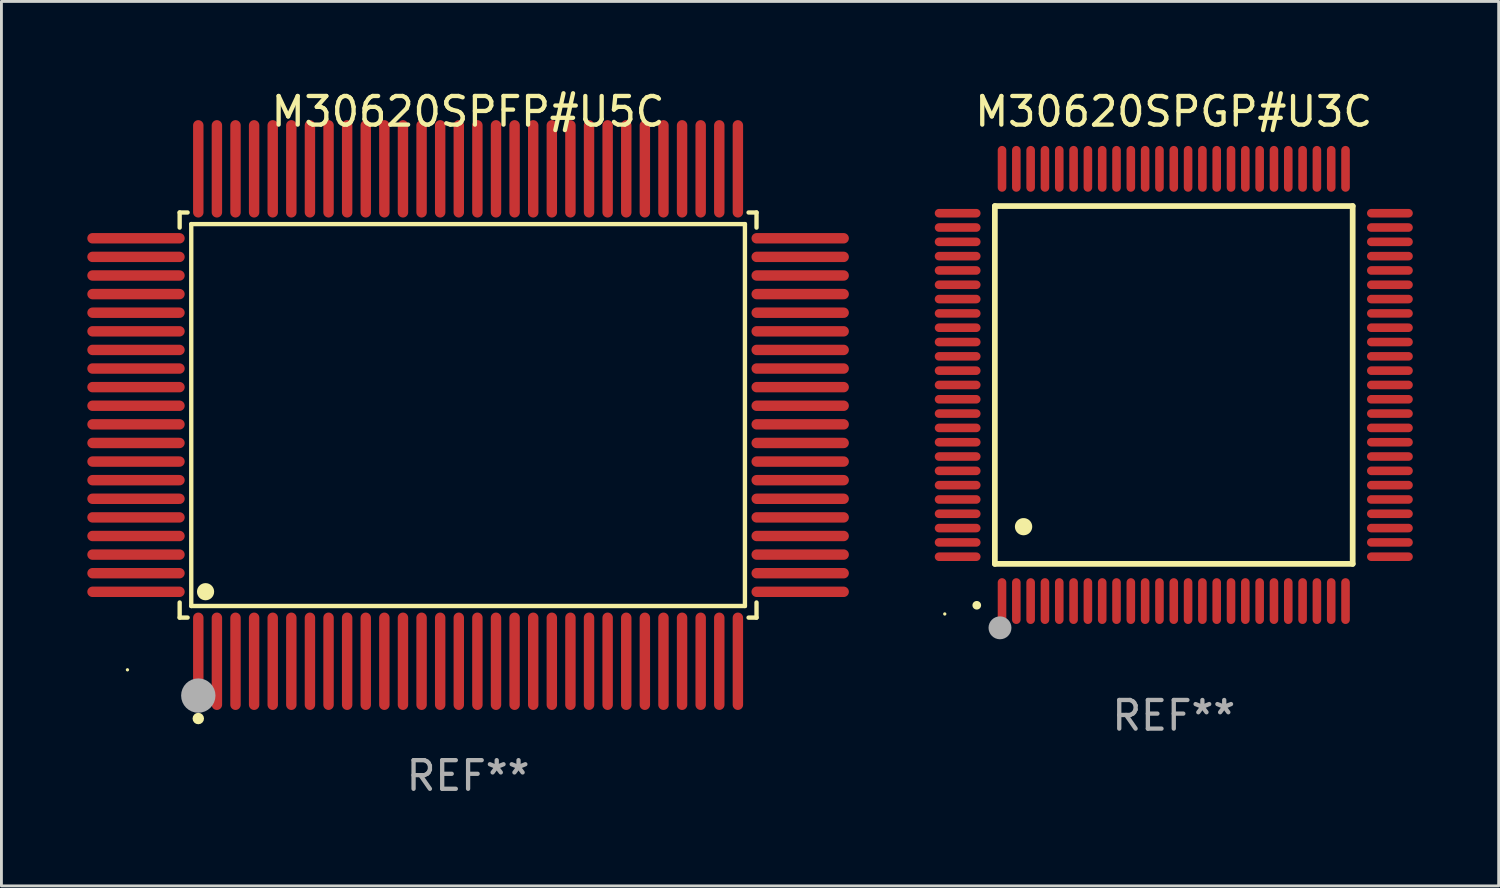
<source format=kicad_pcb>
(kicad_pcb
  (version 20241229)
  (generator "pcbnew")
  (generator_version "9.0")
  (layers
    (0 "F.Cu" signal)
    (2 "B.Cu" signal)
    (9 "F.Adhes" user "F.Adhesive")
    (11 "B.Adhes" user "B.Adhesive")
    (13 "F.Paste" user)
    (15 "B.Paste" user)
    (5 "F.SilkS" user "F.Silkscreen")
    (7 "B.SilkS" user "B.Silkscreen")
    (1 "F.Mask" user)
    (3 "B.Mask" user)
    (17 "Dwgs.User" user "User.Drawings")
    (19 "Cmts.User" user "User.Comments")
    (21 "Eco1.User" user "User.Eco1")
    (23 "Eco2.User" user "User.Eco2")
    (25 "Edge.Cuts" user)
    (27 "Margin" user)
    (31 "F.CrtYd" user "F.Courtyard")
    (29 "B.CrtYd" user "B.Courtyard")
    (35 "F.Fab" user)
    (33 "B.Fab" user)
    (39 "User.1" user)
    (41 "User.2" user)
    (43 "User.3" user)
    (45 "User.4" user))
  (footprint "M30620SPGP#U3C"
    (layer "F.Cu")
    (at 37.954 10.398)
    (property "Reference" "M30620SPGP#U3C" (at 0 -9.55 0) (layer "F.SilkS") (effects (font (size 1 1) (thickness 0.15))))
    (attr through_hole)
    (fp_line (start -6.25 -6.25) (end -6.25 6.25) (stroke (width 0.2) (type solid)) (layer "F.SilkS"))
    (fp_line (start -6.25 6.25) (end 6.25 6.25) (stroke (width 0.2) (type solid)) (layer "F.SilkS"))
    (fp_line (start 6.25 -6.25) (end -6.25 -6.25) (stroke (width 0.2) (type solid)) (layer "F.SilkS"))
    (fp_line (start 6.25 6.25) (end 6.25 -6.25) (stroke (width 0.2) (type solid)) (layer "F.SilkS"))
    (fp_arc (start -6.883414 7.696215) (mid -6.882144 7.69621) (end -6.880874 7.696215) (stroke (width 0.3) (type solid)) (layer "F.SilkS"))
    (fp_arc (start -5.250191 4.95047) (mid -5.247651 4.950459) (end -5.245111 4.95047) (stroke (width 0.6) (type solid)) (layer "F.SilkS"))
    (fp_circle (center -8 8) (end -7.97 8) (stroke (width 0.06) (type solid)) (fill no) (layer "F.SilkS"))
    (fp_circle (center -6.071 8.484) (end -5.871 8.484) (stroke (width 0.4) (type solid)) (fill no) (layer "F.Fab"))
    (fp_text user "REF**" (at 0 11.55 0) (layer "F.Fab") (effects (font (size 1 1) (thickness 0.15))))
    (pad "1" smd oval (at -6 7.55) (size 0.3 1.6) (layers "F.Cu" "F.Mask" "F.Paste"))
    (pad "2" smd oval (at -5.5 7.55) (size 0.3 1.6) (layers "F.Cu" "F.Mask" "F.Paste"))
    (pad "3" smd oval (at -5 7.55) (size 0.3 1.6) (layers "F.Cu" "F.Mask" "F.Paste"))
    (pad "4" smd oval (at -4.5 7.55) (size 0.3 1.6) (layers "F.Cu" "F.Mask" "F.Paste"))
    (pad "5" smd oval (at -4 7.55) (size 0.3 1.6) (layers "F.Cu" "F.Mask" "F.Paste"))
    (pad "6" smd oval (at -3.5 7.55) (size 0.3 1.6) (layers "F.Cu" "F.Mask" "F.Paste"))
    (pad "7" smd oval (at -3 7.55) (size 0.3 1.6) (layers "F.Cu" "F.Mask" "F.Paste"))
    (pad "8" smd oval (at -2.5 7.55) (size 0.3 1.6) (layers "F.Cu" "F.Mask" "F.Paste"))
    (pad "9" smd oval (at -2 7.55) (size 0.3 1.6) (layers "F.Cu" "F.Mask" "F.Paste"))
    (pad "10" smd oval (at -1.5 7.55) (size 0.3 1.6) (layers "F.Cu" "F.Mask" "F.Paste"))
    (pad "11" smd oval (at -1 7.55) (size 0.3 1.6) (layers "F.Cu" "F.Mask" "F.Paste"))
    (pad "12" smd oval (at -0.5 7.55) (size 0.3 1.6) (layers "F.Cu" "F.Mask" "F.Paste"))
    (pad "13" smd oval (at 0 7.55) (size 0.3 1.6) (layers "F.Cu" "F.Mask" "F.Paste"))
    (pad "14" smd oval (at 0.5 7.55) (size 0.3 1.6) (layers "F.Cu" "F.Mask" "F.Paste"))
    (pad "15" smd oval (at 1 7.55) (size 0.3 1.6) (layers "F.Cu" "F.Mask" "F.Paste"))
    (pad "16" smd oval (at 1.5 7.55) (size 0.3 1.6) (layers "F.Cu" "F.Mask" "F.Paste"))
    (pad "17" smd oval (at 2 7.55) (size 0.3 1.6) (layers "F.Cu" "F.Mask" "F.Paste"))
    (pad "18" smd oval (at 2.5 7.55) (size 0.3 1.6) (layers "F.Cu" "F.Mask" "F.Paste"))
    (pad "19" smd oval (at 3 7.55) (size 0.3 1.6) (layers "F.Cu" "F.Mask" "F.Paste"))
    (pad "20" smd oval (at 3.5 7.55) (size 0.3 1.6) (layers "F.Cu" "F.Mask" "F.Paste"))
    (pad "21" smd oval (at 4 7.55) (size 0.3 1.6) (layers "F.Cu" "F.Mask" "F.Paste"))
    (pad "22" smd oval (at 4.5 7.55) (size 0.3 1.6) (layers "F.Cu" "F.Mask" "F.Paste"))
    (pad "23" smd oval (at 5 7.55) (size 0.3 1.6) (layers "F.Cu" "F.Mask" "F.Paste"))
    (pad "24" smd oval (at 5.5 7.55) (size 0.3 1.6) (layers "F.Cu" "F.Mask" "F.Paste"))
    (pad "25" smd oval (at 6 7.55) (size 0.3 1.6) (layers "F.Cu" "F.Mask" "F.Paste"))
    (pad "26" smd oval (at 7.55 6) (size 1.6 0.3) (layers "F.Cu" "F.Mask" "F.Paste"))
    (pad "27" smd oval (at 7.55 5.5) (size 1.6 0.3) (layers "F.Cu" "F.Mask" "F.Paste"))
    (pad "28" smd oval (at 7.55 5) (size 1.6 0.3) (layers "F.Cu" "F.Mask" "F.Paste"))
    (pad "29" smd oval (at 7.55 4.5) (size 1.6 0.3) (layers "F.Cu" "F.Mask" "F.Paste"))
    (pad "30" smd oval (at 7.55 4) (size 1.6 0.3) (layers "F.Cu" "F.Mask" "F.Paste"))
    (pad "31" smd oval (at 7.55 3.5) (size 1.6 0.3) (layers "F.Cu" "F.Mask" "F.Paste"))
    (pad "32" smd oval (at 7.55 3) (size 1.6 0.3) (layers "F.Cu" "F.Mask" "F.Paste"))
    (pad "33" smd oval (at 7.55 2.5) (size 1.6 0.3) (layers "F.Cu" "F.Mask" "F.Paste"))
    (pad "34" smd oval (at 7.55 2) (size 1.6 0.3) (layers "F.Cu" "F.Mask" "F.Paste"))
    (pad "35" smd oval (at 7.55 1.5) (size 1.6 0.3) (layers "F.Cu" "F.Mask" "F.Paste"))
    (pad "36" smd oval (at 7.55 1) (size 1.6 0.3) (layers "F.Cu" "F.Mask" "F.Paste"))
    (pad "37" smd oval (at 7.55 0.5) (size 1.6 0.3) (layers "F.Cu" "F.Mask" "F.Paste"))
    (pad "38" smd oval (at 7.55 0) (size 1.6 0.3) (layers "F.Cu" "F.Mask" "F.Paste"))
    (pad "39" smd oval (at 7.55 -0.5) (size 1.6 0.3) (layers "F.Cu" "F.Mask" "F.Paste"))
    (pad "40" smd oval (at 7.55 -1) (size 1.6 0.3) (layers "F.Cu" "F.Mask" "F.Paste"))
    (pad "41" smd oval (at 7.55 -1.5) (size 1.6 0.3) (layers "F.Cu" "F.Mask" "F.Paste"))
    (pad "42" smd oval (at 7.55 -2) (size 1.6 0.3) (layers "F.Cu" "F.Mask" "F.Paste"))
    (pad "43" smd oval (at 7.55 -2.5) (size 1.6 0.3) (layers "F.Cu" "F.Mask" "F.Paste"))
    (pad "44" smd oval (at 7.55 -3) (size 1.6 0.3) (layers "F.Cu" "F.Mask" "F.Paste"))
    (pad "45" smd oval (at 7.55 -3.5) (size 1.6 0.3) (layers "F.Cu" "F.Mask" "F.Paste"))
    (pad "46" smd oval (at 7.55 -4) (size 1.6 0.3) (layers "F.Cu" "F.Mask" "F.Paste"))
    (pad "47" smd oval (at 7.55 -4.5) (size 1.6 0.3) (layers "F.Cu" "F.Mask" "F.Paste"))
    (pad "48" smd oval (at 7.55 -5) (size 1.6 0.3) (layers "F.Cu" "F.Mask" "F.Paste"))
    (pad "49" smd oval (at 7.55 -5.5) (size 1.6 0.3) (layers "F.Cu" "F.Mask" "F.Paste"))
    (pad "50" smd oval (at 7.55 -6) (size 1.6 0.3) (layers "F.Cu" "F.Mask" "F.Paste"))
    (pad "51" smd oval (at 6 -7.55) (size 0.3 1.6) (layers "F.Cu" "F.Mask" "F.Paste"))
    (pad "52" smd oval (at 5.5 -7.55) (size 0.3 1.6) (layers "F.Cu" "F.Mask" "F.Paste"))
    (pad "53" smd oval (at 5 -7.55) (size 0.3 1.6) (layers "F.Cu" "F.Mask" "F.Paste"))
    (pad "54" smd oval (at 4.5 -7.55) (size 0.3 1.6) (layers "F.Cu" "F.Mask" "F.Paste"))
    (pad "55" smd oval (at 4 -7.55) (size 0.3 1.6) (layers "F.Cu" "F.Mask" "F.Paste"))
    (pad "56" smd oval (at 3.5 -7.55) (size 0.3 1.6) (layers "F.Cu" "F.Mask" "F.Paste"))
    (pad "57" smd oval (at 3 -7.55) (size 0.3 1.6) (layers "F.Cu" "F.Mask" "F.Paste"))
    (pad "58" smd oval (at 2.5 -7.55) (size 0.3 1.6) (layers "F.Cu" "F.Mask" "F.Paste"))
    (pad "59" smd oval (at 2 -7.55) (size 0.3 1.6) (layers "F.Cu" "F.Mask" "F.Paste"))
    (pad "60" smd oval (at 1.5 -7.55) (size 0.3 1.6) (layers "F.Cu" "F.Mask" "F.Paste"))
    (pad "61" smd oval (at 1 -7.55) (size 0.3 1.6) (layers "F.Cu" "F.Mask" "F.Paste"))
    (pad "62" smd oval (at 0.5 -7.55) (size 0.3 1.6) (layers "F.Cu" "F.Mask" "F.Paste"))
    (pad "63" smd oval (at 0 -7.55) (size 0.3 1.6) (layers "F.Cu" "F.Mask" "F.Paste"))
    (pad "64" smd oval (at -0.5 -7.55) (size 0.3 1.6) (layers "F.Cu" "F.Mask" "F.Paste"))
    (pad "65" smd oval (at -1 -7.55) (size 0.3 1.6) (layers "F.Cu" "F.Mask" "F.Paste"))
    (pad "66" smd oval (at -1.5 -7.55) (size 0.3 1.6) (layers "F.Cu" "F.Mask" "F.Paste"))
    (pad "67" smd oval (at -2 -7.55) (size 0.3 1.6) (layers "F.Cu" "F.Mask" "F.Paste"))
    (pad "68" smd oval (at -2.5 -7.55) (size 0.3 1.6) (layers "F.Cu" "F.Mask" "F.Paste"))
    (pad "69" smd oval (at -3 -7.55) (size 0.3 1.6) (layers "F.Cu" "F.Mask" "F.Paste"))
    (pad "70" smd oval (at -3.5 -7.55) (size 0.3 1.6) (layers "F.Cu" "F.Mask" "F.Paste"))
    (pad "71" smd oval (at -4 -7.55) (size 0.3 1.6) (layers "F.Cu" "F.Mask" "F.Paste"))
    (pad "72" smd oval (at -4.5 -7.55) (size 0.3 1.6) (layers "F.Cu" "F.Mask" "F.Paste"))
    (pad "73" smd oval (at -5 -7.55) (size 0.3 1.6) (layers "F.Cu" "F.Mask" "F.Paste"))
    (pad "74" smd oval (at -5.5 -7.55) (size 0.3 1.6) (layers "F.Cu" "F.Mask" "F.Paste"))
    (pad "75" smd oval (at -6 -7.55) (size 0.3 1.6) (layers "F.Cu" "F.Mask" "F.Paste"))
    (pad "76" smd oval (at -7.55 -6) (size 1.6 0.3) (layers "F.Cu" "F.Mask" "F.Paste"))
    (pad "77" smd oval (at -7.55 -5.5) (size 1.6 0.3) (layers "F.Cu" "F.Mask" "F.Paste"))
    (pad "78" smd oval (at -7.55 -5) (size 1.6 0.3) (layers "F.Cu" "F.Mask" "F.Paste"))
    (pad "79" smd oval (at -7.55 -4.5) (size 1.6 0.3) (layers "F.Cu" "F.Mask" "F.Paste"))
    (pad "80" smd oval (at -7.55 -4) (size 1.6 0.3) (layers "F.Cu" "F.Mask" "F.Paste"))
    (pad "81" smd oval (at -7.55 -3.5) (size 1.6 0.3) (layers "F.Cu" "F.Mask" "F.Paste"))
    (pad "82" smd oval (at -7.55 -3) (size 1.6 0.3) (layers "F.Cu" "F.Mask" "F.Paste"))
    (pad "83" smd oval (at -7.55 -2.5) (size 1.6 0.3) (layers "F.Cu" "F.Mask" "F.Paste"))
    (pad "84" smd oval (at -7.55 -2) (size 1.6 0.3) (layers "F.Cu" "F.Mask" "F.Paste"))
    (pad "85" smd oval (at -7.55 -1.5) (size 1.6 0.3) (layers "F.Cu" "F.Mask" "F.Paste"))
    (pad "86" smd oval (at -7.55 -1) (size 1.6 0.3) (layers "F.Cu" "F.Mask" "F.Paste"))
    (pad "87" smd oval (at -7.55 -0.5) (size 1.6 0.3) (layers "F.Cu" "F.Mask" "F.Paste"))
    (pad "88" smd oval (at -7.55 0) (size 1.6 0.3) (layers "F.Cu" "F.Mask" "F.Paste"))
    (pad "89" smd oval (at -7.55 0.5) (size 1.6 0.3) (layers "F.Cu" "F.Mask" "F.Paste"))
    (pad "90" smd oval (at -7.55 1) (size 1.6 0.3) (layers "F.Cu" "F.Mask" "F.Paste"))
    (pad "91" smd oval (at -7.55 1.5) (size 1.6 0.3) (layers "F.Cu" "F.Mask" "F.Paste"))
    (pad "92" smd oval (at -7.55 2) (size 1.6 0.3) (layers "F.Cu" "F.Mask" "F.Paste"))
    (pad "93" smd oval (at -7.55 2.5) (size 1.6 0.3) (layers "F.Cu" "F.Mask" "F.Paste"))
    (pad "94" smd oval (at -7.55 3) (size 1.6 0.3) (layers "F.Cu" "F.Mask" "F.Paste"))
    (pad "95" smd oval (at -7.55 3.5) (size 1.6 0.3) (layers "F.Cu" "F.Mask" "F.Paste"))
    (pad "96" smd oval (at -7.55 4) (size 1.6 0.3) (layers "F.Cu" "F.Mask" "F.Paste"))
    (pad "97" smd oval (at -7.55 4.5) (size 1.6 0.3) (layers "F.Cu" "F.Mask" "F.Paste"))
    (pad "98" smd oval (at -7.55 5) (size 1.6 0.3) (layers "F.Cu" "F.Mask" "F.Paste"))
    (pad "99" smd oval (at -7.55 5.5) (size 1.6 0.3) (layers "F.Cu" "F.Mask" "F.Paste"))
    (pad "100" smd oval (at -7.55 6) (size 1.6 0.3) (layers "F.Cu" "F.Mask" "F.Paste")))
  (footprint "M30620SPFP#U5C"
    (layer "F.Cu")
    (at 13.302 11.449)
    (property "Reference" "M30620SPFP#U5C" (at 0 -10.601 0) (layer "F.SilkS") (effects (font (size 1 1) (thickness 0.15))))
    (attr through_hole)
    (fp_line (start -10.076 -7.076) (end -9.798 -7.076) (stroke (width 0.152) (type solid)) (layer "F.SilkS"))
    (fp_line (start -10.076 -6.548) (end -10.076 -7.076) (stroke (width 0.152) (type solid)) (layer "F.SilkS"))
    (fp_line (start -10.076 6.548) (end -10.076 7.076) (stroke (width 0.152) (type solid)) (layer "F.SilkS"))
    (fp_line (start -10.076 7.076) (end -9.798 7.076) (stroke (width 0.152) (type solid)) (layer "F.SilkS"))
    (fp_line (start -9.671 -6.671) (end 9.671 -6.671) (stroke (width 0.152) (type solid)) (layer "F.SilkS"))
    (fp_line (start -9.671 6.671) (end -9.671 -6.671) (stroke (width 0.152) (type solid)) (layer "F.SilkS"))
    (fp_line (start 9.671 -6.671) (end 9.671 6.671) (stroke (width 0.152) (type solid)) (layer "F.SilkS"))
    (fp_line (start 9.671 6.671) (end -9.671 6.671) (stroke (width 0.152) (type solid)) (layer "F.SilkS"))
    (fp_line (start 10.076 -7.076) (end 9.798 -7.076) (stroke (width 0.152) (type solid)) (layer "F.SilkS"))
    (fp_line (start 10.076 -6.548) (end 10.076 -7.076) (stroke (width 0.152) (type solid)) (layer "F.SilkS"))
    (fp_line (start 10.076 6.548) (end 10.076 7.076) (stroke (width 0.152) (type solid)) (layer "F.SilkS"))
    (fp_line (start 10.076 7.076) (end 9.798 7.076) (stroke (width 0.152) (type solid)) (layer "F.SilkS"))
    (fp_circle (center -11.9 8.9) (end -11.87 8.9) (stroke (width 0.06) (type solid)) (fill no) (layer "F.SilkS"))
    (fp_circle (center -9.425 10.602) (end -9.325 10.602) (stroke (width 0.2) (type solid)) (fill no) (layer "F.SilkS"))
    (fp_circle (center -9.171 6.171) (end -9.021 6.171) (stroke (width 0.3) (type solid)) (fill no) (layer "F.SilkS"))
    (fp_circle (center -9.425 9.8) (end -9.125 9.8) (stroke (width 0.6) (type solid)) (fill no) (layer "F.Fab"))
    (fp_text user "REF**" (at 0 12.601 0) (layer "F.Fab") (effects (font (size 1 1) (thickness 0.15))))
    (pad "1" smd oval (at -9.425 8.601) (size 0.364 3.402) (layers "F.Cu" "F.Mask" "F.Paste"))
    (pad "2" smd oval (at -8.775 8.601) (size 0.364 3.402) (layers "F.Cu" "F.Mask" "F.Paste"))
    (pad "3" smd oval (at -8.125 8.601) (size 0.364 3.402) (layers "F.Cu" "F.Mask" "F.Paste"))
    (pad "4" smd oval (at -7.475 8.601) (size 0.364 3.402) (layers "F.Cu" "F.Mask" "F.Paste"))
    (pad "5" smd oval (at -6.825 8.601) (size 0.364 3.402) (layers "F.Cu" "F.Mask" "F.Paste"))
    (pad "6" smd oval (at -6.175 8.601) (size 0.364 3.402) (layers "F.Cu" "F.Mask" "F.Paste"))
    (pad "7" smd oval (at -5.525 8.601) (size 0.364 3.402) (layers "F.Cu" "F.Mask" "F.Paste"))
    (pad "8" smd oval (at -4.875 8.601) (size 0.364 3.402) (layers "F.Cu" "F.Mask" "F.Paste"))
    (pad "9" smd oval (at -4.225 8.601) (size 0.364 3.402) (layers "F.Cu" "F.Mask" "F.Paste"))
    (pad "10" smd oval (at -3.575 8.601) (size 0.364 3.402) (layers "F.Cu" "F.Mask" "F.Paste"))
    (pad "11" smd oval (at -2.925 8.601) (size 0.364 3.402) (layers "F.Cu" "F.Mask" "F.Paste"))
    (pad "12" smd oval (at -2.275 8.601) (size 0.364 3.402) (layers "F.Cu" "F.Mask" "F.Paste"))
    (pad "13" smd oval (at -1.625 8.601) (size 0.364 3.402) (layers "F.Cu" "F.Mask" "F.Paste"))
    (pad "14" smd oval (at -0.975 8.601) (size 0.364 3.402) (layers "F.Cu" "F.Mask" "F.Paste"))
    (pad "15" smd oval (at -0.325 8.601) (size 0.364 3.402) (layers "F.Cu" "F.Mask" "F.Paste"))
    (pad "16" smd oval (at 0.325 8.601) (size 0.364 3.402) (layers "F.Cu" "F.Mask" "F.Paste"))
    (pad "17" smd oval (at 0.975 8.601) (size 0.364 3.402) (layers "F.Cu" "F.Mask" "F.Paste"))
    (pad "18" smd oval (at 1.625 8.601) (size 0.364 3.402) (layers "F.Cu" "F.Mask" "F.Paste"))
    (pad "19" smd oval (at 2.275 8.601) (size 0.364 3.402) (layers "F.Cu" "F.Mask" "F.Paste"))
    (pad "20" smd oval (at 2.925 8.601) (size 0.364 3.402) (layers "F.Cu" "F.Mask" "F.Paste"))
    (pad "21" smd oval (at 3.575 8.601) (size 0.364 3.402) (layers "F.Cu" "F.Mask" "F.Paste"))
    (pad "22" smd oval (at 4.225 8.601) (size 0.364 3.402) (layers "F.Cu" "F.Mask" "F.Paste"))
    (pad "23" smd oval (at 4.875 8.601) (size 0.364 3.402) (layers "F.Cu" "F.Mask" "F.Paste"))
    (pad "24" smd oval (at 5.525 8.601) (size 0.364 3.402) (layers "F.Cu" "F.Mask" "F.Paste"))
    (pad "25" smd oval (at 6.175 8.601) (size 0.364 3.402) (layers "F.Cu" "F.Mask" "F.Paste"))
    (pad "26" smd oval (at 6.825 8.601) (size 0.364 3.402) (layers "F.Cu" "F.Mask" "F.Paste"))
    (pad "27" smd oval (at 7.475 8.601) (size 0.364 3.402) (layers "F.Cu" "F.Mask" "F.Paste"))
    (pad "28" smd oval (at 8.125 8.601) (size 0.364 3.402) (layers "F.Cu" "F.Mask" "F.Paste"))
    (pad "29" smd oval (at 8.775 8.601) (size 0.364 3.402) (layers "F.Cu" "F.Mask" "F.Paste"))
    (pad "30" smd oval (at 9.425 8.601) (size 0.364 3.402) (layers "F.Cu" "F.Mask" "F.Paste"))
    (pad "31" smd oval (at 11.601 6.175) (size 3.402 0.364) (layers "F.Cu" "F.Mask" "F.Paste"))
    (pad "32" smd oval (at 11.601 5.525) (size 3.402 0.364) (layers "F.Cu" "F.Mask" "F.Paste"))
    (pad "33" smd oval (at 11.601 4.875) (size 3.402 0.364) (layers "F.Cu" "F.Mask" "F.Paste"))
    (pad "34" smd oval (at 11.601 4.225) (size 3.402 0.364) (layers "F.Cu" "F.Mask" "F.Paste"))
    (pad "35" smd oval (at 11.601 3.575) (size 3.402 0.364) (layers "F.Cu" "F.Mask" "F.Paste"))
    (pad "36" smd oval (at 11.601 2.925) (size 3.402 0.364) (layers "F.Cu" "F.Mask" "F.Paste"))
    (pad "37" smd oval (at 11.601 2.275) (size 3.402 0.364) (layers "F.Cu" "F.Mask" "F.Paste"))
    (pad "38" smd oval (at 11.601 1.625) (size 3.402 0.364) (layers "F.Cu" "F.Mask" "F.Paste"))
    (pad "39" smd oval (at 11.601 0.975) (size 3.402 0.364) (layers "F.Cu" "F.Mask" "F.Paste"))
    (pad "40" smd oval (at 11.601 0.325) (size 3.402 0.364) (layers "F.Cu" "F.Mask" "F.Paste"))
    (pad "41" smd oval (at 11.601 -0.325) (size 3.402 0.364) (layers "F.Cu" "F.Mask" "F.Paste"))
    (pad "42" smd oval (at 11.601 -0.975) (size 3.402 0.364) (layers "F.Cu" "F.Mask" "F.Paste"))
    (pad "43" smd oval (at 11.601 -1.625) (size 3.402 0.364) (layers "F.Cu" "F.Mask" "F.Paste"))
    (pad "44" smd oval (at 11.601 -2.275) (size 3.402 0.364) (layers "F.Cu" "F.Mask" "F.Paste"))
    (pad "45" smd oval (at 11.601 -2.925) (size 3.402 0.364) (layers "F.Cu" "F.Mask" "F.Paste"))
    (pad "46" smd oval (at 11.601 -3.575) (size 3.402 0.364) (layers "F.Cu" "F.Mask" "F.Paste"))
    (pad "47" smd oval (at 11.601 -4.225) (size 3.402 0.364) (layers "F.Cu" "F.Mask" "F.Paste"))
    (pad "48" smd oval (at 11.601 -4.875) (size 3.402 0.364) (layers "F.Cu" "F.Mask" "F.Paste"))
    (pad "49" smd oval (at 11.601 -5.525) (size 3.402 0.364) (layers "F.Cu" "F.Mask" "F.Paste"))
    (pad "50" smd oval (at 11.601 -6.175) (size 3.402 0.364) (layers "F.Cu" "F.Mask" "F.Paste"))
    (pad "51" smd oval (at 9.425 -8.601) (size 0.364 3.402) (layers "F.Cu" "F.Mask" "F.Paste"))
    (pad "52" smd oval (at 8.775 -8.601) (size 0.364 3.402) (layers "F.Cu" "F.Mask" "F.Paste"))
    (pad "53" smd oval (at 8.125 -8.601) (size 0.364 3.402) (layers "F.Cu" "F.Mask" "F.Paste"))
    (pad "54" smd oval (at 7.475 -8.601) (size 0.364 3.402) (layers "F.Cu" "F.Mask" "F.Paste"))
    (pad "55" smd oval (at 6.825 -8.601) (size 0.364 3.402) (layers "F.Cu" "F.Mask" "F.Paste"))
    (pad "56" smd oval (at 6.175 -8.601) (size 0.364 3.402) (layers "F.Cu" "F.Mask" "F.Paste"))
    (pad "57" smd oval (at 5.525 -8.601) (size 0.364 3.402) (layers "F.Cu" "F.Mask" "F.Paste"))
    (pad "58" smd oval (at 4.875 -8.601) (size 0.364 3.402) (layers "F.Cu" "F.Mask" "F.Paste"))
    (pad "59" smd oval (at 4.225 -8.601) (size 0.364 3.402) (layers "F.Cu" "F.Mask" "F.Paste"))
    (pad "60" smd oval (at 3.575 -8.601) (size 0.364 3.402) (layers "F.Cu" "F.Mask" "F.Paste"))
    (pad "61" smd oval (at 2.925 -8.601) (size 0.364 3.402) (layers "F.Cu" "F.Mask" "F.Paste"))
    (pad "62" smd oval (at 2.275 -8.601) (size 0.364 3.402) (layers "F.Cu" "F.Mask" "F.Paste"))
    (pad "63" smd oval (at 1.625 -8.601) (size 0.364 3.402) (layers "F.Cu" "F.Mask" "F.Paste"))
    (pad "64" smd oval (at 0.975 -8.601) (size 0.364 3.402) (layers "F.Cu" "F.Mask" "F.Paste"))
    (pad "65" smd oval (at 0.325 -8.601) (size 0.364 3.402) (layers "F.Cu" "F.Mask" "F.Paste"))
    (pad "66" smd oval (at -0.325 -8.601) (size 0.364 3.402) (layers "F.Cu" "F.Mask" "F.Paste"))
    (pad "67" smd oval (at -0.975 -8.601) (size 0.364 3.402) (layers "F.Cu" "F.Mask" "F.Paste"))
    (pad "68" smd oval (at -1.625 -8.601) (size 0.364 3.402) (layers "F.Cu" "F.Mask" "F.Paste"))
    (pad "69" smd oval (at -2.275 -8.601) (size 0.364 3.402) (layers "F.Cu" "F.Mask" "F.Paste"))
    (pad "70" smd oval (at -2.925 -8.601) (size 0.364 3.402) (layers "F.Cu" "F.Mask" "F.Paste"))
    (pad "71" smd oval (at -3.575 -8.601) (size 0.364 3.402) (layers "F.Cu" "F.Mask" "F.Paste"))
    (pad "72" smd oval (at -4.225 -8.601) (size 0.364 3.402) (layers "F.Cu" "F.Mask" "F.Paste"))
    (pad "73" smd oval (at -4.875 -8.601) (size 0.364 3.402) (layers "F.Cu" "F.Mask" "F.Paste"))
    (pad "74" smd oval (at -5.525 -8.601) (size 0.364 3.402) (layers "F.Cu" "F.Mask" "F.Paste"))
    (pad "75" smd oval (at -6.175 -8.601) (size 0.364 3.402) (layers "F.Cu" "F.Mask" "F.Paste"))
    (pad "76" smd oval (at -6.825 -8.601) (size 0.364 3.402) (layers "F.Cu" "F.Mask" "F.Paste"))
    (pad "77" smd oval (at -7.475 -8.601) (size 0.364 3.402) (layers "F.Cu" "F.Mask" "F.Paste"))
    (pad "78" smd oval (at -8.125 -8.601) (size 0.364 3.402) (layers "F.Cu" "F.Mask" "F.Paste"))
    (pad "79" smd oval (at -8.775 -8.601) (size 0.364 3.402) (layers "F.Cu" "F.Mask" "F.Paste"))
    (pad "80" smd oval (at -9.425 -8.601) (size 0.364 3.402) (layers "F.Cu" "F.Mask" "F.Paste"))
    (pad "81" smd oval (at -11.601 -6.175) (size 3.402 0.364) (layers "F.Cu" "F.Mask" "F.Paste"))
    (pad "82" smd oval (at -11.601 -5.525) (size 3.402 0.364) (layers "F.Cu" "F.Mask" "F.Paste"))
    (pad "83" smd oval (at -11.601 -4.875) (size 3.402 0.364) (layers "F.Cu" "F.Mask" "F.Paste"))
    (pad "84" smd oval (at -11.601 -4.225) (size 3.402 0.364) (layers "F.Cu" "F.Mask" "F.Paste"))
    (pad "85" smd oval (at -11.601 -3.575) (size 3.402 0.364) (layers "F.Cu" "F.Mask" "F.Paste"))
    (pad "86" smd oval (at -11.601 -2.925) (size 3.402 0.364) (layers "F.Cu" "F.Mask" "F.Paste"))
    (pad "87" smd oval (at -11.601 -2.275) (size 3.402 0.364) (layers "F.Cu" "F.Mask" "F.Paste"))
    (pad "88" smd oval (at -11.601 -1.625) (size 3.402 0.364) (layers "F.Cu" "F.Mask" "F.Paste"))
    (pad "89" smd oval (at -11.601 -0.975) (size 3.402 0.364) (layers "F.Cu" "F.Mask" "F.Paste"))
    (pad "90" smd oval (at -11.601 -0.325) (size 3.402 0.364) (layers "F.Cu" "F.Mask" "F.Paste"))
    (pad "91" smd oval (at -11.601 0.325) (size 3.402 0.364) (layers "F.Cu" "F.Mask" "F.Paste"))
    (pad "92" smd oval (at -11.601 0.975) (size 3.402 0.364) (layers "F.Cu" "F.Mask" "F.Paste"))
    (pad "93" smd oval (at -11.601 1.625) (size 3.402 0.364) (layers "F.Cu" "F.Mask" "F.Paste"))
    (pad "94" smd oval (at -11.601 2.275) (size 3.402 0.364) (layers "F.Cu" "F.Mask" "F.Paste"))
    (pad "95" smd oval (at -11.601 2.925) (size 3.402 0.364) (layers "F.Cu" "F.Mask" "F.Paste"))
    (pad "96" smd oval (at -11.601 3.575) (size 3.402 0.364) (layers "F.Cu" "F.Mask" "F.Paste"))
    (pad "97" smd oval (at -11.601 4.225) (size 3.402 0.364) (layers "F.Cu" "F.Mask" "F.Paste"))
    (pad "98" smd oval (at -11.601 4.875) (size 3.402 0.364) (layers "F.Cu" "F.Mask" "F.Paste"))
    (pad "99" smd oval (at -11.601 5.525) (size 3.402 0.364) (layers "F.Cu" "F.Mask" "F.Paste"))
    (pad "100" smd oval (at -11.601 6.175) (size 3.402 0.364) (layers "F.Cu" "F.Mask" "F.Paste")))
  (gr_rect
    (start -3 -3)
    (end 49.304 27.898)
    (stroke (width 0.1) (type default))
    (fill no)
    (layer "Edge.Cuts")))
</source>
